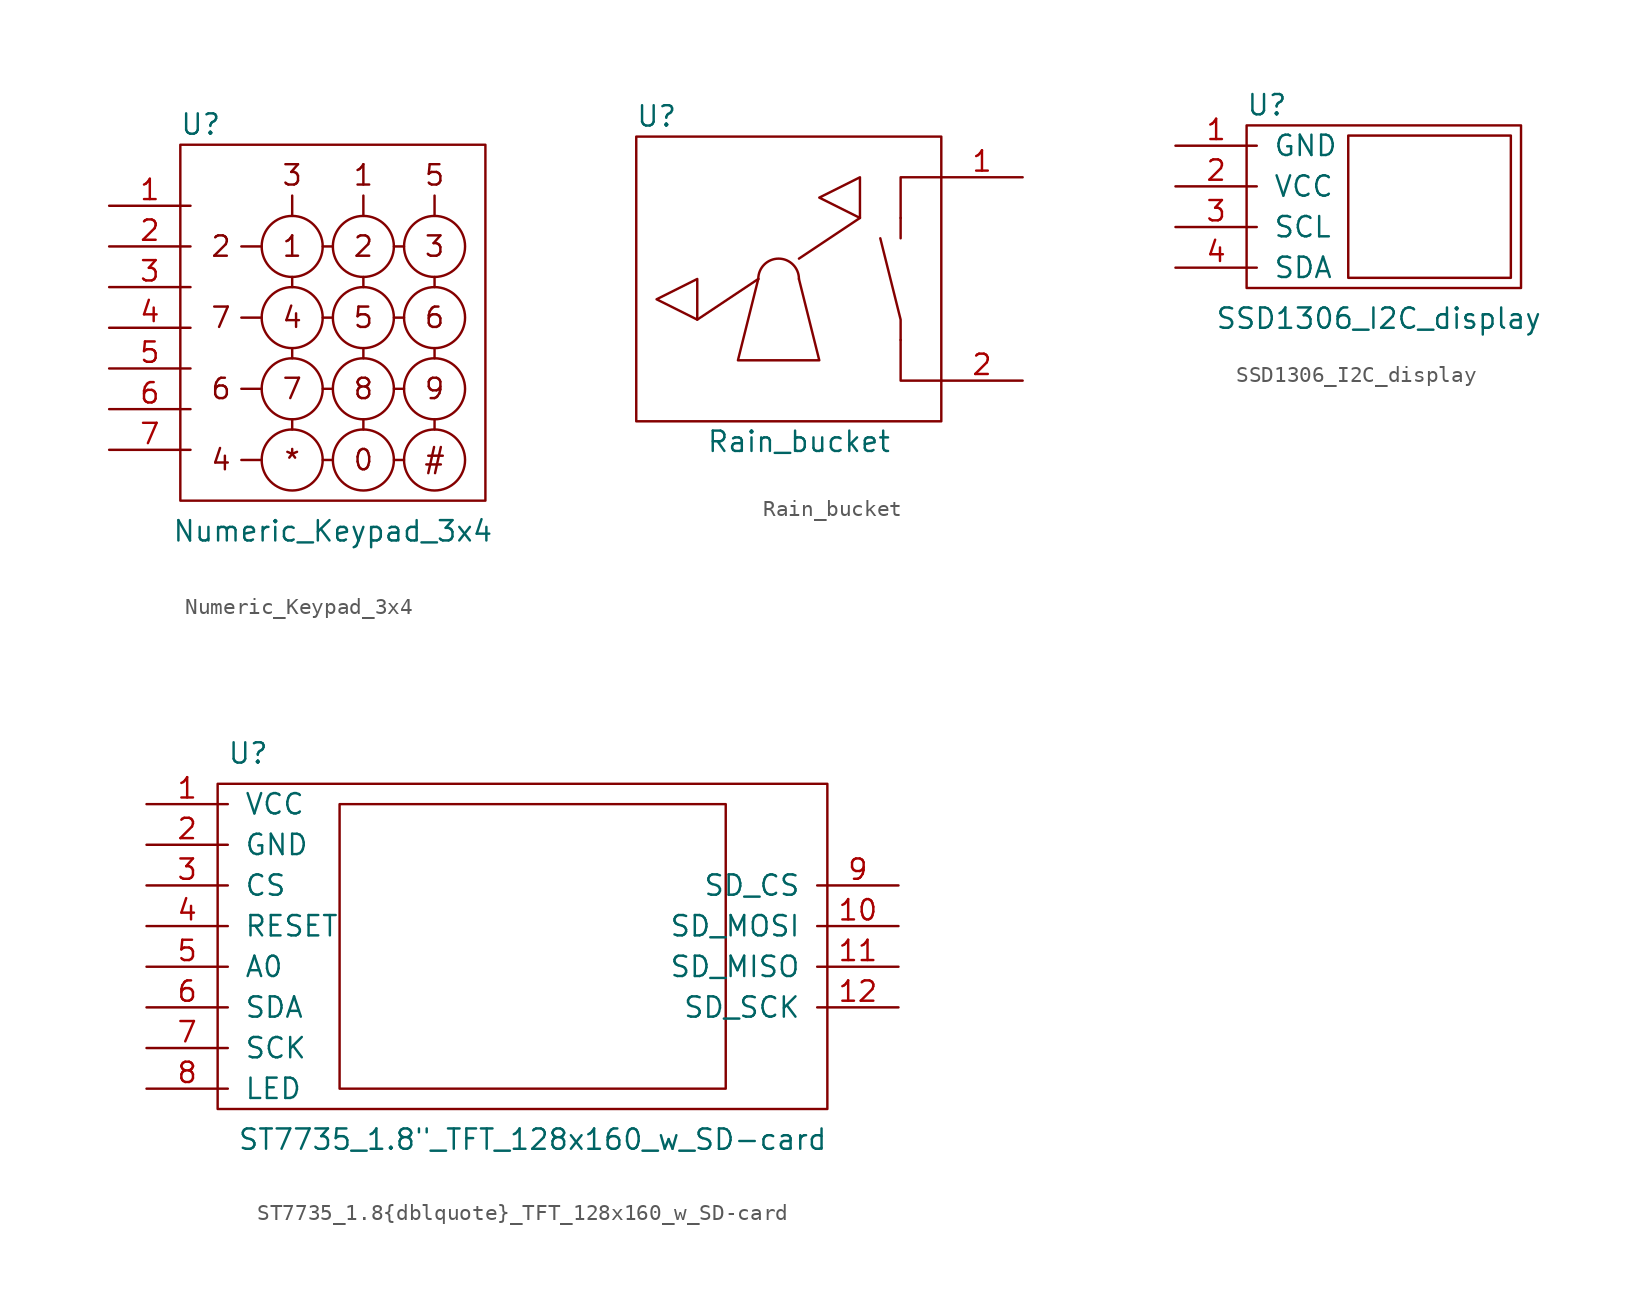
<source format=kicad_sym>
(kicad_symbol_lib
  (version 20211014)
  (generator kicad_symbol_editor)
  (symbol "Numeric_Keypad_3x4"
    (pin_names hide)
    (property "Reference" "U"
      (at 5.715 5.08 0)
      (effects (font (size 1.27 1.27))))
    (property "Value" "Numeric_Keypad_3x4"
      (at 13.97 -20.32 0)
      (effects (font (size 1.27 1.27))))
    (symbol "Numeric_Keypad_3x4_0_0"
      (text "#" (at 20.32 -15.875 0) (effects (font (size 1.27 1.27))))
      (text "*" (at 11.43 -15.875 0) (effects (font (size 1.27 1.27))))
      (text "0" (at 15.875 -15.875 0) (effects (font (size 1.27 1.27))))
      (text "1" (at 11.43 -2.54 0) (effects (font (size 1.27 1.27))))
      (text "1" (at 15.875 1.905 0) (effects (font (size 1.27 1.27))))
      (text "2" (at 6.985 -2.54 0) (effects (font (size 1.27 1.27))))
      (text "2" (at 15.875 -2.54 0) (effects (font (size 1.27 1.27))))
      (text "3" (at 11.43 1.905 0) (effects (font (size 1.27 1.27))))
      (text "3" (at 20.32 -2.54 0) (effects (font (size 1.27 1.27))))
      (text "4" (at 6.985 -15.875 0) (effects (font (size 1.27 1.27))))
      (text "4" (at 11.43 -6.985 0) (effects (font (size 1.27 1.27))))
      (text "5" (at 15.875 -6.985 0) (effects (font (size 1.27 1.27))))
      (text "5" (at 20.32 1.905 0) (effects (font (size 1.27 1.27))))
      (text "6" (at 6.985 -11.43 0) (effects (font (size 1.27 1.27))))
      (text "6" (at 20.32 -6.985 0) (effects (font (size 1.27 1.27))))
      (text "7" (at 6.985 -6.985 0) (effects (font (size 1.27 1.27))))
      (text "7" (at 11.43 -11.43 0) (effects (font (size 1.27 1.27))))
      (text "8" (at 15.875 -11.43 0) (effects (font (size 1.27 1.27))))
      (text "9" (at 20.32 -11.43 0) (effects (font (size 1.27 1.27)))))
    (symbol "Numeric_Keypad_3x4_0_1"
      (polyline (pts (xy 9.525 -15.875) (xy 8.255 -15.875)) (stroke (width 0.152) (type default) (color 0 0 0 0)) (fill (type none)))
      (polyline (pts (xy 9.525 -11.43) (xy 8.255 -11.43)) (stroke (width 0.152) (type default) (color 0 0 0 0)) (fill (type none)))
      (polyline (pts (xy 9.525 -6.985) (xy 8.255 -6.985)) (stroke (width 0.152) (type default) (color 0 0 0 0)) (fill (type none)))
      (polyline (pts (xy 9.525 -2.54) (xy 8.255 -2.54)) (stroke (width 0.152) (type default) (color 0 0 0 0)) (fill (type none)))
      (polyline (pts (xy 11.43 -13.335) (xy 11.43 -13.97)) (stroke (width 0.152) (type default) (color 0 0 0 0)) (fill (type none)))
      (polyline (pts (xy 11.43 -8.89) (xy 11.43 -9.525)) (stroke (width 0.152) (type default) (color 0 0 0 0)) (fill (type none)))
      (polyline (pts (xy 11.43 -4.445) (xy 11.43 -5.08)) (stroke (width 0.152) (type default) (color 0 0 0 0)) (fill (type none)))
      (polyline (pts (xy 11.43 -0.635) (xy 11.43 0.635)) (stroke (width 0.152) (type default) (color 0 0 0 0)) (fill (type none)))
      (polyline (pts (xy 13.335 -15.875) (xy 13.97 -15.875)) (stroke (width 0.152) (type default) (color 0 0 0 0)) (fill (type none)))
      (polyline (pts (xy 13.335 -11.43) (xy 13.97 -11.43)) (stroke (width 0.152) (type default) (color 0 0 0 0)) (fill (type none)))
      (polyline (pts (xy 13.335 -6.985) (xy 13.97 -6.985)) (stroke (width 0.152) (type default) (color 0 0 0 0)) (fill (type none)))
      (polyline (pts (xy 13.97 -2.54) (xy 13.335 -2.54)) (stroke (width 0.152) (type default) (color 0 0 0 0)) (fill (type none)))
      (polyline (pts (xy 15.875 -13.97) (xy 15.875 -13.335)) (stroke (width 0.152) (type default) (color 0 0 0 0)) (fill (type none)))
      (polyline (pts (xy 15.875 -9.525) (xy 15.875 -8.89)) (stroke (width 0.152) (type default) (color 0 0 0 0)) (fill (type none)))
      (polyline (pts (xy 15.875 -5.08) (xy 15.875 -4.445)) (stroke (width 0.152) (type default) (color 0 0 0 0)) (fill (type none)))
      (polyline (pts (xy 15.875 -0.635) (xy 15.875 0.635)) (stroke (width 0.152) (type default) (color 0 0 0 0)) (fill (type none)))
      (polyline (pts (xy 17.78 -15.875) (xy 18.415 -15.875)) (stroke (width 0.152) (type default) (color 0 0 0 0)) (fill (type none)))
      (polyline (pts (xy 17.78 -11.43) (xy 18.415 -11.43)) (stroke (width 0.152) (type default) (color 0 0 0 0)) (fill (type none)))
      (polyline (pts (xy 17.78 -6.985) (xy 18.415 -6.985)) (stroke (width 0.152) (type default) (color 0 0 0 0)) (fill (type none)))
      (polyline (pts (xy 18.415 -2.54) (xy 17.78 -2.54)) (stroke (width 0.152) (type default) (color 0 0 0 0)) (fill (type none)))
      (polyline (pts (xy 20.32 -13.97) (xy 20.32 -13.335)) (stroke (width 0.152) (type default) (color 0 0 0 0)) (fill (type none)))
      (polyline (pts (xy 20.32 -9.525) (xy 20.32 -8.89)) (stroke (width 0.152) (type default) (color 0 0 0 0)) (fill (type none)))
      (polyline (pts (xy 20.32 -5.08) (xy 20.32 -4.445)) (stroke (width 0.152) (type default) (color 0 0 0 0)) (fill (type none)))
      (polyline (pts (xy 20.32 -0.635) (xy 20.32 0.635)) (stroke (width 0.152) (type default) (color 0 0 0 0)) (fill (type none)))
      (polyline (pts (xy 4.445 0.635) (xy 4.445 3.81) (xy 23.495 3.81) (xy 23.495 -18.415) (xy 4.445 -18.415) (xy 4.445 0.635)) (stroke (width 0.152) (type default) (color 0 0 0 0)) (fill (type none)))
      (circle (center 11.43 -15.875) (radius 1.905) (stroke (width 0.152) (type default) (color 0 0 0 0)) (fill (type none)))
      (circle (center 11.43 -11.43) (radius 1.905) (stroke (width 0.152) (type default) (color 0 0 0 0)) (fill (type none)))
      (circle (center 11.43 -6.985) (radius 1.905) (stroke (width 0.152) (type default) (color 0 0 0 0)) (fill (type none)))
      (circle (center 11.43 -2.54) (radius 1.905) (stroke (width 0.152) (type default) (color 0 0 0 0)) (fill (type none)))
      (circle (center 15.875 -15.875) (radius 1.905) (stroke (width 0.152) (type default) (color 0 0 0 0)) (fill (type none)))
      (circle (center 15.875 -11.43) (radius 1.905) (stroke (width 0.152) (type default) (color 0 0 0 0)) (fill (type none)))
      (circle (center 15.875 -6.985) (radius 1.905) (stroke (width 0.152) (type default) (color 0 0 0 0)) (fill (type none)))
      (circle (center 15.875 -2.54) (radius 1.905) (stroke (width 0.152) (type default) (color 0 0 0 0)) (fill (type none)))
      (circle (center 20.32 -15.875) (radius 1.905) (stroke (width 0.152) (type default) (color 0 0 0 0)) (fill (type none)))
      (circle (center 20.32 -11.43) (radius 1.905) (stroke (width 0.152) (type default) (color 0 0 0 0)) (fill (type none)))
      (circle (center 20.32 -6.985) (radius 1.905) (stroke (width 0.152) (type default) (color 0 0 0 0)) (fill (type none)))
      (circle (center 20.32 -2.54) (radius 1.905) (stroke (width 0.152) (type default) (color 0 0 0 0)) (fill (type none)))
      (pin passive line (at 0 0 0) (length 5.08) (name "1" (effects (font (size 1.27 1.27)))) (number "1" (effects (font (size 1.27 1.27)))))
      (pin passive line (at 0 -2.54 0) (length 5.08) (name "2" (effects (font (size 1.27 1.27)))) (number "2" (effects (font (size 1.27 1.27)))))
      (pin passive line (at 0 -5.08 0) (length 5.08) (name "3" (effects (font (size 1.27 1.27)))) (number "3" (effects (font (size 1.27 1.27)))))
      (pin passive line (at 0 -7.62 0) (length 5.08) (name "4" (effects (font (size 1.27 1.27)))) (number "4" (effects (font (size 1.27 1.27)))))
      (pin passive line (at 0 -10.16 0) (length 5.08) (name "5" (effects (font (size 1.27 1.27)))) (number "5" (effects (font (size 1.27 1.27)))))
      (pin passive line (at 0 -12.7 0) (length 5.08) (name "6" (effects (font (size 1.27 1.27)))) (number "6" (effects (font (size 1.27 1.27)))))
      (pin passive line (at 0 -15.24 0) (length 5.08) (name "7" (effects (font (size 1.27 1.27)))) (number "7" (effects (font (size 1.27 1.27)))))))
  (symbol "Rain_bucket"
    (pin_names
      (offset 1.016) hide)
    (property "Reference" "U"
      (at -8.89 10.16 0)
      (effects (font (size 1.27 1.27))))
    (property "Value" "Rain_bucket"
      (at 0 -10.16 0)
      (effects (font (size 1.27 1.27))))
    (symbol "Rain_bucket_0_1"
      (arc (start 0 0) (mid -1.27 1.27) (end -2.54 0) (stroke (width 0) (type default) (color 0 0 0 0)) (fill (type none)))
      (polyline (pts (xy -2.54 0) (xy -6.35 -2.54)) (stroke (width 0) (type default) (color 0 0 0 0)) (fill (type none)))
      (polyline (pts (xy 0 1.27) (xy 3.81 3.81)) (stroke (width 0) (type default) (color 0 0 0 0)) (fill (type none)))
      (polyline (pts (xy 6.35 2.54) (xy 6.35 3.81)) (stroke (width 0) (type default) (color 0 0 0 0)) (fill (type none)))
      (polyline (pts (xy 6.35 -3.81) (xy 6.35 -2.54) (xy 5.08 2.54)) (stroke (width 0) (type default) (color 0 0 0 0)) (fill (type none)))
      (polyline (pts (xy 8.89 -6.35) (xy 6.35 -6.35) (xy 6.35 -3.81)) (stroke (width 0) (type default) (color 0 0 0 0)) (fill (type none)))
      (polyline (pts (xy 8.89 6.35) (xy 6.35 6.35) (xy 6.35 3.81)) (stroke (width 0) (type default) (color 0 0 0 0)) (fill (type none)))
      (polyline (pts (xy -6.35 -2.54) (xy -8.89 -1.27) (xy -6.35 0) (xy -6.35 -2.54)) (stroke (width 0) (type default) (color 0 0 0 0)) (fill (type none)))
      (polyline (pts (xy -2.54 0) (xy -3.81 -5.08) (xy 1.27 -5.08) (xy 0 0)) (stroke (width 0) (type default) (color 0 0 0 0)) (fill (type none)))
      (polyline (pts (xy 3.81 3.81) (xy 1.27 5.08) (xy 3.81 6.35) (xy 3.81 3.81)) (stroke (width 0) (type default) (color 0 0 0 0)) (fill (type none)))
      (rectangle (start 8.89 8.89) (end -10.16 -8.89) (stroke (width 0) (type default) (color 0 0 0 0)) (fill (type none))))
    (symbol "Rain_bucket_1_1"
      (pin input line (at 13.97 6.35 180) (length 5.08) (name "Input" (effects (font (size 1.27 1.27)))) (number "1" (effects (font (size 1.27 1.27)))))
      (pin output line (at 13.97 -6.35 180) (length 5.08) (name "Output" (effects (font (size 1.27 1.27)))) (number "2" (effects (font (size 1.27 1.27)))))))
  (symbol "SSD1306_I2C_display"
    (pin_names
      (offset 1.016))
    (property "Reference" "U"
      (at 5.715 2.54 0)
      (effects (font (size 1.27 1.27))))
    (property "Value" "SSD1306_I2C_display"
      (at 12.7 -10.795 0)
      (effects (font (size 1.27 1.27))))
    (symbol "SSD1306_I2C_display_0_1"
      (rectangle (start 4.445 1.27) (end 21.59 -8.89) (stroke (width 0) (type default) (color 0 0 0 0)) (fill (type none)))
      (rectangle (start 10.795 0.635) (end 20.955 -8.255) (stroke (width 0) (type default) (color 0 0 0 0)) (fill (type none))))
    (symbol "SSD1306_I2C_display_1_1"
      (pin power_in line (at 0 0 0) (length 5.08) (name "GND" (effects (font (size 1.27 1.27)))) (number "1" (effects (font (size 1.27 1.27)))))
      (pin power_in line (at 0 -2.54 0) (length 5.08) (name "VCC" (effects (font (size 1.27 1.27)))) (number "2" (effects (font (size 1.27 1.27)))))
      (pin input line (at 0 -5.08 0) (length 5.08) (name "SCL" (effects (font (size 1.27 1.27)))) (number "3" (effects (font (size 1.27 1.27)))))
      (pin input line (at 0 -7.62 0) (length 5.08) (name "SDA" (effects (font (size 1.27 1.27)))) (number "4" (effects (font (size 1.27 1.27)))))))
  (symbol "ST7735_1.8{dblquote}_TFT_128x160_w_SD-card"
    (pin_names
      (offset 1.016))
    (property "Reference" "U"
      (at 6.35 3.175 0)
      (effects (font (size 1.27 1.27))))
    (property "Value" "ST7735_1.8{dblquote}_TFT_128x160_w_SD-card"
      (at 24.13 -20.955 0)
      (effects (font (size 1.27 1.27))))
    (symbol "ST7735_1.8{dblquote}_TFT_128x160_w_SD-card_0_1"
      (rectangle (start 4.445 1.27) (end 42.545 -19.05) (stroke (width 0) (type default) (color 0 0 0 0)) (fill (type none)))
      (rectangle (start 12.065 0) (end 36.195 -17.78) (stroke (width 0) (type default) (color 0 0 0 0)) (fill (type none))))
    (symbol "ST7735_1.8{dblquote}_TFT_128x160_w_SD-card_1_1"
      (pin power_in line (at 0 0 0) (length 5.08) (name "VCC" (effects (font (size 1.27 1.27)))) (number "1" (effects (font (size 1.27 1.27)))))
      (pin bidirectional line (at 46.99 -7.62 180) (length 5.08) (name "SD_MOSI" (effects (font (size 1.27 1.27)))) (number "10" (effects (font (size 1.27 1.27)))))
      (pin bidirectional line (at 46.99 -10.16 180) (length 5.08) (name "SD_MISO" (effects (font (size 1.27 1.27)))) (number "11" (effects (font (size 1.27 1.27)))))
      (pin bidirectional line (at 46.99 -12.7 180) (length 5.08) (name "SD_SCK" (effects (font (size 1.27 1.27)))) (number "12" (effects (font (size 1.27 1.27)))))
      (pin power_in line (at 0 -2.54 0) (length 5.08) (name "GND" (effects (font (size 1.27 1.27)))) (number "2" (effects (font (size 1.27 1.27)))))
      (pin input line (at 0 -5.08 0) (length 5.08) (name "CS" (effects (font (size 1.27 1.27)))) (number "3" (effects (font (size 1.27 1.27)))))
      (pin input line (at 0 -7.62 0) (length 5.08) (name "RESET" (effects (font (size 1.27 1.27)))) (number "4" (effects (font (size 1.27 1.27)))))
      (pin input line (at 0 -10.16 0) (length 5.08) (name "A0" (effects (font (size 1.27 1.27)))) (number "5" (effects (font (size 1.27 1.27)))))
      (pin input line (at 0 -12.7 0) (length 5.08) (name "SDA" (effects (font (size 1.27 1.27)))) (number "6" (effects (font (size 1.27 1.27)))))
      (pin input line (at 0 -15.24 0) (length 5.08) (name "SCK" (effects (font (size 1.27 1.27)))) (number "7" (effects (font (size 1.27 1.27)))))
      (pin input line (at 0 -17.78 0) (length 5.08) (name "LED" (effects (font (size 1.27 1.27)))) (number "8" (effects (font (size 1.27 1.27)))))
      (pin bidirectional line (at 46.99 -5.08 180) (length 5.08) (name "SD_CS" (effects (font (size 1.27 1.27)))) (number "9" (effects (font (size 1.27 1.27))))))))
</source>
